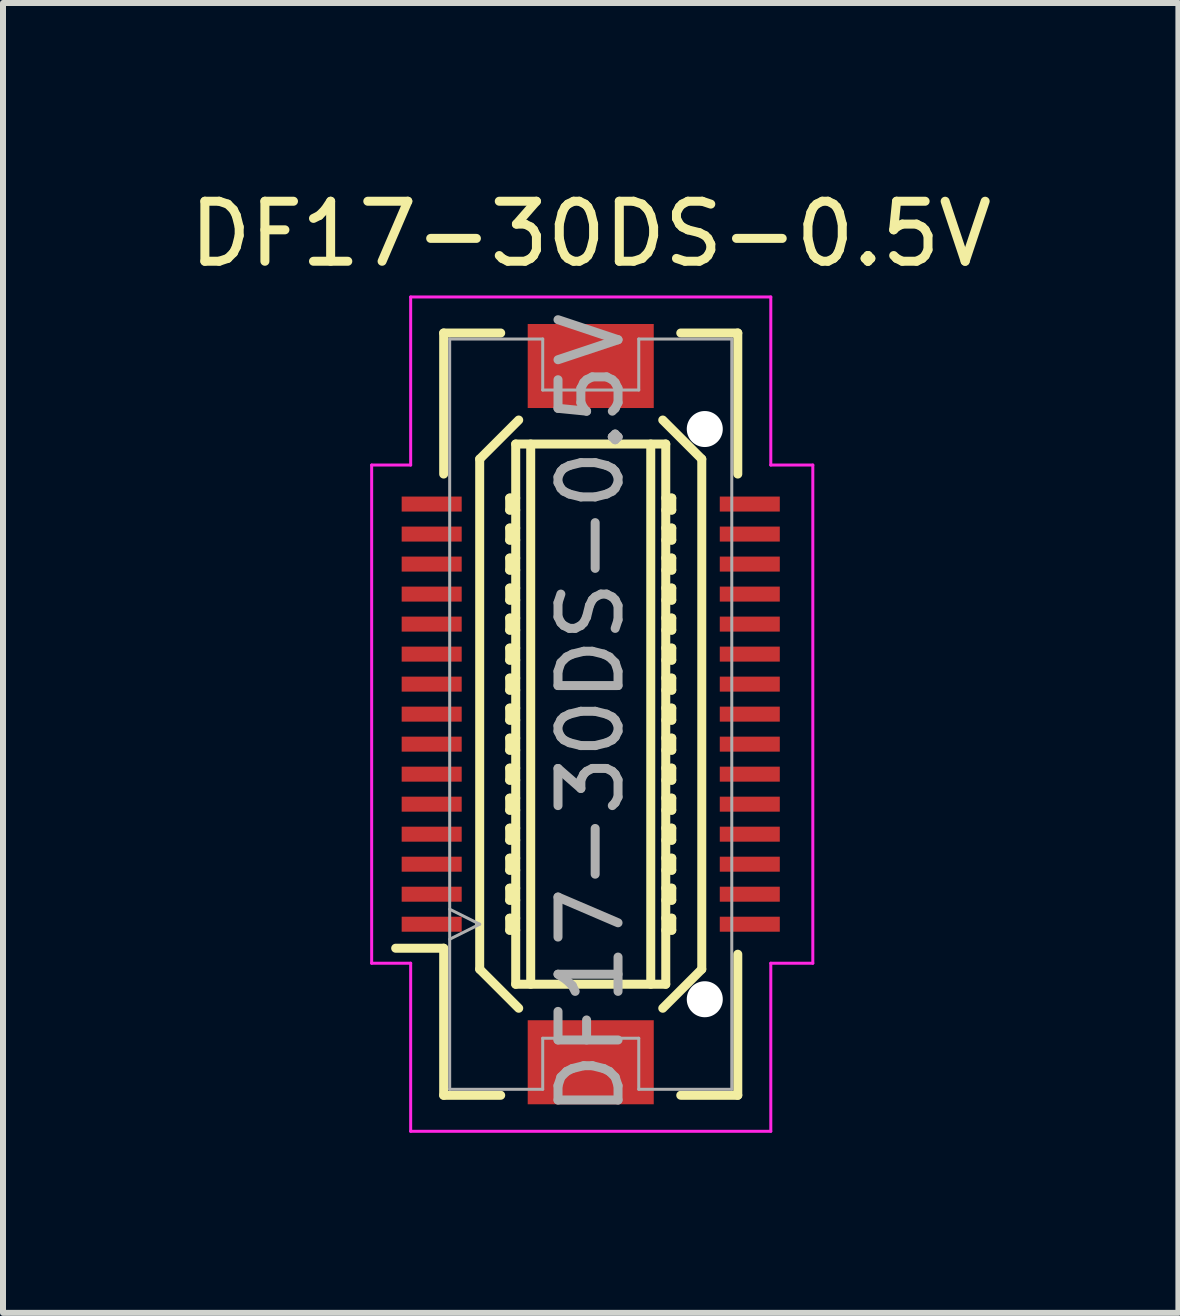
<source format=kicad_pcb>
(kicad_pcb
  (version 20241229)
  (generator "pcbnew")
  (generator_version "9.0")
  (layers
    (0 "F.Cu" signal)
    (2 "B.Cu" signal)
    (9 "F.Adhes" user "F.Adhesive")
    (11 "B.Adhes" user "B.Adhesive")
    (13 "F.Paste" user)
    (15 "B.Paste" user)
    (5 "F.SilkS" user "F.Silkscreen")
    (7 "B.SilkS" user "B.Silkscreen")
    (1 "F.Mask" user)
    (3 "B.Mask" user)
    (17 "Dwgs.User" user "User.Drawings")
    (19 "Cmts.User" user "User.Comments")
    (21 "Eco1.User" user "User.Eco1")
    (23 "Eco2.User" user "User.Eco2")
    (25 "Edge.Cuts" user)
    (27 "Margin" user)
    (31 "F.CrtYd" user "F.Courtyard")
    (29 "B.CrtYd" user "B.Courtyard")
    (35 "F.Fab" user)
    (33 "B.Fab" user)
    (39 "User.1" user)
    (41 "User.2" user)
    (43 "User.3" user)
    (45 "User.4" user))
  (footprint "DF17-30DS-0.5V"
    (layer "F.Cu")
    (at 6.792 8.848)
    (property "Reference" "DF17-30DS-0.5V" (at 0 0 90) (layer "F.Fab") (effects (font (size 1 1) (thickness 0.15))))
    (attr smd)
    (fp_line (start -2.45 -6.35) (end -2.45 -4) (stroke (width 0.15) (type solid)) (layer "F.SilkS"))
    (fp_line (start -2.45 -6.35) (end -1.5 -6.35) (stroke (width 0.15) (type solid)) (layer "F.SilkS"))
    (fp_line (start -2.45 3.9) (end -3.25 3.9) (stroke (width 0.15) (type solid)) (layer "F.SilkS"))
    (fp_line (start -2.45 3.9) (end -2.45 6.35) (stroke (width 0.15) (type solid)) (layer "F.SilkS"))
    (fp_line (start -2.45 6.35) (end -1.5 6.35) (stroke (width 0.15) (type solid)) (layer "F.SilkS"))
    (fp_line (start -1.85 -4.25) (end -1.2 -4.9) (stroke (width 0.15) (type solid)) (layer "F.SilkS"))
    (fp_line (start -1.85 4.25) (end -1.85 -4.25) (stroke (width 0.15) (type solid)) (layer "F.SilkS"))
    (fp_line (start -1.35 -3.6) (end -1.25 -3.6) (stroke (width 0.15) (type solid)) (layer "F.SilkS"))
    (fp_line (start -1.35 -3.4) (end -1.35 -3.6) (stroke (width 0.15) (type solid)) (layer "F.SilkS"))
    (fp_line (start -1.35 -3.1) (end -1.25 -3.1) (stroke (width 0.15) (type solid)) (layer "F.SilkS"))
    (fp_line (start -1.35 -2.9) (end -1.35 -3.1) (stroke (width 0.15) (type solid)) (layer "F.SilkS"))
    (fp_line (start -1.35 -2.6) (end -1.25 -2.6) (stroke (width 0.15) (type solid)) (layer "F.SilkS"))
    (fp_line (start -1.35 -2.4) (end -1.35 -2.6) (stroke (width 0.15) (type solid)) (layer "F.SilkS"))
    (fp_line (start -1.35 -2.1) (end -1.25 -2.1) (stroke (width 0.15) (type solid)) (layer "F.SilkS"))
    (fp_line (start -1.35 -1.9) (end -1.35 -2.1) (stroke (width 0.15) (type solid)) (layer "F.SilkS"))
    (fp_line (start -1.35 -1.6) (end -1.25 -1.6) (stroke (width 0.15) (type solid)) (layer "F.SilkS"))
    (fp_line (start -1.35 -1.4) (end -1.35 -1.6) (stroke (width 0.15) (type solid)) (layer "F.SilkS"))
    (fp_line (start -1.35 -1.1) (end -1.25 -1.1) (stroke (width 0.15) (type solid)) (layer "F.SilkS"))
    (fp_line (start -1.35 -0.9) (end -1.35 -1.1) (stroke (width 0.15) (type solid)) (layer "F.SilkS"))
    (fp_line (start -1.35 -0.6) (end -1.25 -0.6) (stroke (width 0.15) (type solid)) (layer "F.SilkS"))
    (fp_line (start -1.35 -0.4) (end -1.35 -0.6) (stroke (width 0.15) (type solid)) (layer "F.SilkS"))
    (fp_line (start -1.35 -0.1) (end -1.25 -0.1) (stroke (width 0.15) (type solid)) (layer "F.SilkS"))
    (fp_line (start -1.35 0.1) (end -1.35 -0.1) (stroke (width 0.15) (type solid)) (layer "F.SilkS"))
    (fp_line (start -1.35 0.4) (end -1.25 0.4) (stroke (width 0.15) (type solid)) (layer "F.SilkS"))
    (fp_line (start -1.35 0.6) (end -1.35 0.4) (stroke (width 0.15) (type solid)) (layer "F.SilkS"))
    (fp_line (start -1.35 0.9) (end -1.25 0.9) (stroke (width 0.15) (type solid)) (layer "F.SilkS"))
    (fp_line (start -1.35 1.1) (end -1.35 0.9) (stroke (width 0.15) (type solid)) (layer "F.SilkS"))
    (fp_line (start -1.35 1.4) (end -1.25 1.4) (stroke (width 0.15) (type solid)) (layer "F.SilkS"))
    (fp_line (start -1.35 1.6) (end -1.35 1.4) (stroke (width 0.15) (type solid)) (layer "F.SilkS"))
    (fp_line (start -1.35 1.9) (end -1.25 1.9) (stroke (width 0.15) (type solid)) (layer "F.SilkS"))
    (fp_line (start -1.35 2.1) (end -1.35 1.9) (stroke (width 0.15) (type solid)) (layer "F.SilkS"))
    (fp_line (start -1.35 2.4) (end -1.25 2.4) (stroke (width 0.15) (type solid)) (layer "F.SilkS"))
    (fp_line (start -1.35 2.6) (end -1.35 2.4) (stroke (width 0.15) (type solid)) (layer "F.SilkS"))
    (fp_line (start -1.35 2.9) (end -1.25 2.9) (stroke (width 0.15) (type solid)) (layer "F.SilkS"))
    (fp_line (start -1.35 3.1) (end -1.35 2.9) (stroke (width 0.15) (type solid)) (layer "F.SilkS"))
    (fp_line (start -1.35 3.4) (end -1.25 3.4) (stroke (width 0.15) (type solid)) (layer "F.SilkS"))
    (fp_line (start -1.35 3.6) (end -1.35 3.4) (stroke (width 0.15) (type solid)) (layer "F.SilkS"))
    (fp_line (start -1.25 -4.5) (end 1.25 -4.5) (stroke (width 0.15) (type solid)) (layer "F.SilkS"))
    (fp_line (start -1.25 -3.4) (end -1.35 -3.4) (stroke (width 0.15) (type solid)) (layer "F.SilkS"))
    (fp_line (start -1.25 -2.9) (end -1.35 -2.9) (stroke (width 0.15) (type solid)) (layer "F.SilkS"))
    (fp_line (start -1.25 -2.4) (end -1.35 -2.4) (stroke (width 0.15) (type solid)) (layer "F.SilkS"))
    (fp_line (start -1.25 -1.9) (end -1.35 -1.9) (stroke (width 0.15) (type solid)) (layer "F.SilkS"))
    (fp_line (start -1.25 -1.4) (end -1.35 -1.4) (stroke (width 0.15) (type solid)) (layer "F.SilkS"))
    (fp_line (start -1.25 -0.9) (end -1.35 -0.9) (stroke (width 0.15) (type solid)) (layer "F.SilkS"))
    (fp_line (start -1.25 -0.4) (end -1.35 -0.4) (stroke (width 0.15) (type solid)) (layer "F.SilkS"))
    (fp_line (start -1.25 0.1) (end -1.35 0.1) (stroke (width 0.15) (type solid)) (layer "F.SilkS"))
    (fp_line (start -1.25 0.6) (end -1.35 0.6) (stroke (width 0.15) (type solid)) (layer "F.SilkS"))
    (fp_line (start -1.25 1.1) (end -1.35 1.1) (stroke (width 0.15) (type solid)) (layer "F.SilkS"))
    (fp_line (start -1.25 1.6) (end -1.35 1.6) (stroke (width 0.15) (type solid)) (layer "F.SilkS"))
    (fp_line (start -1.25 2.1) (end -1.35 2.1) (stroke (width 0.15) (type solid)) (layer "F.SilkS"))
    (fp_line (start -1.25 2.6) (end -1.35 2.6) (stroke (width 0.15) (type solid)) (layer "F.SilkS"))
    (fp_line (start -1.25 3.1) (end -1.35 3.1) (stroke (width 0.15) (type solid)) (layer "F.SilkS"))
    (fp_line (start -1.25 3.6) (end -1.35 3.6) (stroke (width 0.15) (type solid)) (layer "F.SilkS"))
    (fp_line (start -1.25 4.5) (end -1.25 -4.5) (stroke (width 0.15) (type solid)) (layer "F.SilkS"))
    (fp_line (start -1.2 4.9) (end -1.85 4.25) (stroke (width 0.15) (type solid)) (layer "F.SilkS"))
    (fp_line (start -1 4.5) (end -1 -4.5) (stroke (width 0.15) (type solid)) (layer "F.SilkS"))
    (fp_line (start 1 -4.5) (end 1 4.5) (stroke (width 0.15) (type solid)) (layer "F.SilkS"))
    (fp_line (start 1.2 -4.9) (end 1.85 -4.25) (stroke (width 0.15) (type solid)) (layer "F.SilkS"))
    (fp_line (start 1.25 -4.5) (end 1.25 4.5) (stroke (width 0.15) (type solid)) (layer "F.SilkS"))
    (fp_line (start 1.25 -3.6) (end 1.35 -3.6) (stroke (width 0.15) (type solid)) (layer "F.SilkS"))
    (fp_line (start 1.25 -3.1) (end 1.35 -3.1) (stroke (width 0.15) (type solid)) (layer "F.SilkS"))
    (fp_line (start 1.25 -2.6) (end 1.35 -2.6) (stroke (width 0.15) (type solid)) (layer "F.SilkS"))
    (fp_line (start 1.25 -2.1) (end 1.35 -2.1) (stroke (width 0.15) (type solid)) (layer "F.SilkS"))
    (fp_line (start 1.25 -1.6) (end 1.35 -1.6) (stroke (width 0.15) (type solid)) (layer "F.SilkS"))
    (fp_line (start 1.25 -1.1) (end 1.35 -1.1) (stroke (width 0.15) (type solid)) (layer "F.SilkS"))
    (fp_line (start 1.25 -0.6) (end 1.35 -0.6) (stroke (width 0.15) (type solid)) (layer "F.SilkS"))
    (fp_line (start 1.25 -0.1) (end 1.35 -0.1) (stroke (width 0.15) (type solid)) (layer "F.SilkS"))
    (fp_line (start 1.25 0.4) (end 1.35 0.4) (stroke (width 0.15) (type solid)) (layer "F.SilkS"))
    (fp_line (start 1.25 0.9) (end 1.35 0.9) (stroke (width 0.15) (type solid)) (layer "F.SilkS"))
    (fp_line (start 1.25 1.4) (end 1.35 1.4) (stroke (width 0.15) (type solid)) (layer "F.SilkS"))
    (fp_line (start 1.25 1.9) (end 1.35 1.9) (stroke (width 0.15) (type solid)) (layer "F.SilkS"))
    (fp_line (start 1.25 2.4) (end 1.35 2.4) (stroke (width 0.15) (type solid)) (layer "F.SilkS"))
    (fp_line (start 1.25 2.9) (end 1.35 2.9) (stroke (width 0.15) (type solid)) (layer "F.SilkS"))
    (fp_line (start 1.25 3.4) (end 1.35 3.4) (stroke (width 0.15) (type solid)) (layer "F.SilkS"))
    (fp_line (start 1.25 4.5) (end -1.25 4.5) (stroke (width 0.15) (type solid)) (layer "F.SilkS"))
    (fp_line (start 1.35 -3.6) (end 1.35 -3.4) (stroke (width 0.15) (type solid)) (layer "F.SilkS"))
    (fp_line (start 1.35 -3.4) (end 1.25 -3.4) (stroke (width 0.15) (type solid)) (layer "F.SilkS"))
    (fp_line (start 1.35 -3.1) (end 1.35 -2.9) (stroke (width 0.15) (type solid)) (layer "F.SilkS"))
    (fp_line (start 1.35 -2.9) (end 1.25 -2.9) (stroke (width 0.15) (type solid)) (layer "F.SilkS"))
    (fp_line (start 1.35 -2.6) (end 1.35 -2.4) (stroke (width 0.15) (type solid)) (layer "F.SilkS"))
    (fp_line (start 1.35 -2.4) (end 1.25 -2.4) (stroke (width 0.15) (type solid)) (layer "F.SilkS"))
    (fp_line (start 1.35 -2.1) (end 1.35 -1.9) (stroke (width 0.15) (type solid)) (layer "F.SilkS"))
    (fp_line (start 1.35 -1.9) (end 1.25 -1.9) (stroke (width 0.15) (type solid)) (layer "F.SilkS"))
    (fp_line (start 1.35 -1.6) (end 1.35 -1.4) (stroke (width 0.15) (type solid)) (layer "F.SilkS"))
    (fp_line (start 1.35 -1.4) (end 1.25 -1.4) (stroke (width 0.15) (type solid)) (layer "F.SilkS"))
    (fp_line (start 1.35 -1.1) (end 1.35 -0.9) (stroke (width 0.15) (type solid)) (layer "F.SilkS"))
    (fp_line (start 1.35 -0.9) (end 1.25 -0.9) (stroke (width 0.15) (type solid)) (layer "F.SilkS"))
    (fp_line (start 1.35 -0.6) (end 1.35 -0.4) (stroke (width 0.15) (type solid)) (layer "F.SilkS"))
    (fp_line (start 1.35 -0.4) (end 1.25 -0.4) (stroke (width 0.15) (type solid)) (layer "F.SilkS"))
    (fp_line (start 1.35 -0.1) (end 1.35 0.1) (stroke (width 0.15) (type solid)) (layer "F.SilkS"))
    (fp_line (start 1.35 0.1) (end 1.25 0.1) (stroke (width 0.15) (type solid)) (layer "F.SilkS"))
    (fp_line (start 1.35 0.4) (end 1.35 0.6) (stroke (width 0.15) (type solid)) (layer "F.SilkS"))
    (fp_line (start 1.35 0.6) (end 1.25 0.6) (stroke (width 0.15) (type solid)) (layer "F.SilkS"))
    (fp_line (start 1.35 0.9) (end 1.35 1.1) (stroke (width 0.15) (type solid)) (layer "F.SilkS"))
    (fp_line (start 1.35 1.1) (end 1.25 1.1) (stroke (width 0.15) (type solid)) (layer "F.SilkS"))
    (fp_line (start 1.35 1.4) (end 1.35 1.6) (stroke (width 0.15) (type solid)) (layer "F.SilkS"))
    (fp_line (start 1.35 1.6) (end 1.25 1.6) (stroke (width 0.15) (type solid)) (layer "F.SilkS"))
    (fp_line (start 1.35 1.9) (end 1.35 2.1) (stroke (width 0.15) (type solid)) (layer "F.SilkS"))
    (fp_line (start 1.35 2.1) (end 1.25 2.1) (stroke (width 0.15) (type solid)) (layer "F.SilkS"))
    (fp_line (start 1.35 2.4) (end 1.35 2.6) (stroke (width 0.15) (type solid)) (layer "F.SilkS"))
    (fp_line (start 1.35 2.6) (end 1.25 2.6) (stroke (width 0.15) (type solid)) (layer "F.SilkS"))
    (fp_line (start 1.35 2.9) (end 1.35 3.1) (stroke (width 0.15) (type solid)) (layer "F.SilkS"))
    (fp_line (start 1.35 3.1) (end 1.25 3.1) (stroke (width 0.15) (type solid)) (layer "F.SilkS"))
    (fp_line (start 1.35 3.4) (end 1.35 3.6) (stroke (width 0.15) (type solid)) (layer "F.SilkS"))
    (fp_line (start 1.35 3.6) (end 1.25 3.6) (stroke (width 0.15) (type solid)) (layer "F.SilkS"))
    (fp_line (start 1.5 -6.35) (end 2.45 -6.35) (stroke (width 0.15) (type solid)) (layer "F.SilkS"))
    (fp_line (start 1.85 -4.25) (end 1.85 4.25) (stroke (width 0.15) (type solid)) (layer "F.SilkS"))
    (fp_line (start 1.85 4.25) (end 1.2 4.9) (stroke (width 0.15) (type solid)) (layer "F.SilkS"))
    (fp_line (start 2.45 -6.35) (end 2.45 -4) (stroke (width 0.15) (type solid)) (layer "F.SilkS"))
    (fp_line (start 2.45 4) (end 2.45 6.35) (stroke (width 0.15) (type solid)) (layer "F.SilkS"))
    (fp_line (start 2.45 6.35) (end 1.5 6.35) (stroke (width 0.15) (type solid)) (layer "F.SilkS"))
    (fp_line (start -3.65 -4.15) (end -3.65 4.15) (stroke (width 0.05) (type solid)) (layer "F.CrtYd"))
    (fp_line (start -3 -6.95) (end -3 -4.15) (stroke (width 0.05) (type solid)) (layer "F.CrtYd"))
    (fp_line (start -3 -4.15) (end -3.65 -4.15) (stroke (width 0.05) (type solid)) (layer "F.CrtYd"))
    (fp_line (start -3 4.15) (end -3.65 4.15) (stroke (width 0.05) (type solid)) (layer "F.CrtYd"))
    (fp_line (start -3 6.95) (end -3 4.15) (stroke (width 0.05) (type solid)) (layer "F.CrtYd"))
    (fp_line (start -3 6.95) (end 3 6.95) (stroke (width 0.05) (type solid)) (layer "F.CrtYd"))
    (fp_line (start 3 -6.95) (end -3 -6.95) (stroke (width 0.05) (type solid)) (layer "F.CrtYd"))
    (fp_line (start 3 -4.15) (end 3 -6.95) (stroke (width 0.05) (type solid)) (layer "F.CrtYd"))
    (fp_line (start 3 4.15) (end 3.7 4.15) (stroke (width 0.05) (type solid)) (layer "F.CrtYd"))
    (fp_line (start 3 6.95) (end 3 4.15) (stroke (width 0.05) (type solid)) (layer "F.CrtYd"))
    (fp_line (start 3.7 -4.15) (end 3 -4.15) (stroke (width 0.05) (type solid)) (layer "F.CrtYd"))
    (fp_line (start 3.7 4.15) (end 3.7 -4.15) (stroke (width 0.05) (type solid)) (layer "F.CrtYd"))
    (fp_line (start -2.35 -6.25) (end -2.35 6.25) (stroke (width 0.05) (type solid)) (layer "F.Fab"))
    (fp_line (start -2.35 -6.25) (end -0.8 -6.25) (stroke (width 0.05) (type solid)) (layer "F.Fab"))
    (fp_line (start -2.35 3.25) (end -1.85 3.5) (stroke (width 0.05) (type solid)) (layer "F.Fab"))
    (fp_line (start -2.35 6.25) (end -0.8 6.25) (stroke (width 0.05) (type solid)) (layer "F.Fab"))
    (fp_line (start -1.85 3.5) (end -2.35 3.75) (stroke (width 0.05) (type solid)) (layer "F.Fab"))
    (fp_line (start -0.8 -6.25) (end -0.8 -5.4) (stroke (width 0.05) (type solid)) (layer "F.Fab"))
    (fp_line (start -0.8 -5.4) (end 0.8 -5.4) (stroke (width 0.05) (type solid)) (layer "F.Fab"))
    (fp_line (start -0.8 5.4) (end -0.8 6.25) (stroke (width 0.05) (type solid)) (layer "F.Fab"))
    (fp_line (start -0.8 5.4) (end 0.8 5.4) (stroke (width 0.05) (type solid)) (layer "F.Fab"))
    (fp_line (start 0.8 -6.25) (end 2.35 -6.25) (stroke (width 0.05) (type solid)) (layer "F.Fab"))
    (fp_line (start 0.8 -5.4) (end 0.8 -6.25) (stroke (width 0.05) (type solid)) (layer "F.Fab"))
    (fp_line (start 0.8 6.25) (end 0.8 5.4) (stroke (width 0.05) (type solid)) (layer "F.Fab"))
    (fp_line (start 0.8 6.25) (end 2.35 6.25) (stroke (width 0.05) (type solid)) (layer "F.Fab"))
    (fp_line (start 2.35 -6.25) (end 2.35 6.25) (stroke (width 0.05) (type solid)) (layer "F.Fab"))
    (fp_text user "${REFERENCE}" (at 0 -8 0) (layer "F.SilkS") (effects (font (size 1 1) (thickness 0.15))))
    (pad "" smd rect (at 0 -5.8) (size 2.1 1.4) (layers "F.Cu" "F.Mask" "F.Paste"))
    (pad "" smd rect (at 0 5.8) (size 2.1 1.4) (layers "F.Cu" "F.Mask" "F.Paste"))
    (pad "" np_thru_hole circle (at 1.9 -4.75) (size 0.6 0.6) (drill 0.6) (layers "*.Cu"))
    (pad "" np_thru_hole circle (at 1.9 4.75) (size 0.6 0.6) (drill 0.6) (layers "*.Cu"))
    (pad "1" smd rect (at -2.65 3.5) (size 1 0.25) (layers "F.Cu" "F.Mask" "F.Paste"))
    (pad "2" smd rect (at -2.65 3) (size 1 0.25) (layers "F.Cu" "F.Mask" "F.Paste"))
    (pad "3" smd rect (at -2.65 2.5) (size 1 0.25) (layers "F.Cu" "F.Mask" "F.Paste"))
    (pad "4" smd rect (at -2.65 2) (size 1 0.25) (layers "F.Cu" "F.Mask" "F.Paste"))
    (pad "5" smd rect (at -2.65 1.5) (size 1 0.25) (layers "F.Cu" "F.Mask" "F.Paste"))
    (pad "6" smd rect (at -2.65 1) (size 1 0.25) (layers "F.Cu" "F.Mask" "F.Paste"))
    (pad "7" smd rect (at -2.65 0.5) (size 1 0.25) (layers "F.Cu" "F.Mask" "F.Paste"))
    (pad "8" smd rect (at -2.65 0) (size 1 0.25) (layers "F.Cu" "F.Mask" "F.Paste"))
    (pad "9" smd rect (at -2.65 -0.5) (size 1 0.25) (layers "F.Cu" "F.Mask" "F.Paste"))
    (pad "10" smd rect (at -2.65 -1) (size 1 0.25) (layers "F.Cu" "F.Mask" "F.Paste"))
    (pad "11" smd rect (at -2.65 -1.5) (size 1 0.25) (layers "F.Cu" "F.Mask" "F.Paste"))
    (pad "12" smd rect (at -2.65 -2) (size 1 0.25) (layers "F.Cu" "F.Mask" "F.Paste"))
    (pad "13" smd rect (at -2.65 -2.5) (size 1 0.25) (layers "F.Cu" "F.Mask" "F.Paste"))
    (pad "14" smd rect (at -2.65 -3) (size 1 0.25) (layers "F.Cu" "F.Mask" "F.Paste"))
    (pad "15" smd rect (at -2.65 -3.5) (size 1 0.25) (layers "F.Cu" "F.Mask" "F.Paste"))
    (pad "16" smd rect (at 2.65 -3.5) (size 1 0.25) (layers "F.Cu" "F.Mask" "F.Paste"))
    (pad "17" smd rect (at 2.65 -3) (size 1 0.25) (layers "F.Cu" "F.Mask" "F.Paste"))
    (pad "18" smd rect (at 2.65 -2.5) (size 1 0.25) (layers "F.Cu" "F.Mask" "F.Paste"))
    (pad "19" smd rect (at 2.65 -2) (size 1 0.25) (layers "F.Cu" "F.Mask" "F.Paste"))
    (pad "20" smd rect (at 2.65 -1.5) (size 1 0.25) (layers "F.Cu" "F.Mask" "F.Paste"))
    (pad "21" smd rect (at 2.65 -1) (size 1 0.25) (layers "F.Cu" "F.Mask" "F.Paste"))
    (pad "22" smd rect (at 2.65 -0.5) (size 1 0.25) (layers "F.Cu" "F.Mask" "F.Paste"))
    (pad "23" smd rect (at 2.65 0) (size 1 0.25) (layers "F.Cu" "F.Mask" "F.Paste"))
    (pad "24" smd rect (at 2.65 0.5) (size 1 0.25) (layers "F.Cu" "F.Mask" "F.Paste"))
    (pad "25" smd rect (at 2.65 1) (size 1 0.25) (layers "F.Cu" "F.Mask" "F.Paste"))
    (pad "26" smd rect (at 2.65 1.5) (size 1 0.25) (layers "F.Cu" "F.Mask" "F.Paste"))
    (pad "27" smd rect (at 2.65 2) (size 1 0.25) (layers "F.Cu" "F.Mask" "F.Paste"))
    (pad "28" smd rect (at 2.65 2.5) (size 1 0.25) (layers "F.Cu" "F.Mask" "F.Paste"))
    (pad "29" smd rect (at 2.65 3) (size 1 0.25) (layers "F.Cu" "F.Mask" "F.Paste"))
    (pad "30" smd rect (at 2.65 3.5) (size 1 0.25) (layers "F.Cu" "F.Mask" "F.Paste")))
  (gr_rect
    (start -3 -3)
    (end 16.583 18.823)
    (stroke (width 0.1) (type default))
    (fill no)
    (layer "Edge.Cuts")))
</source>
